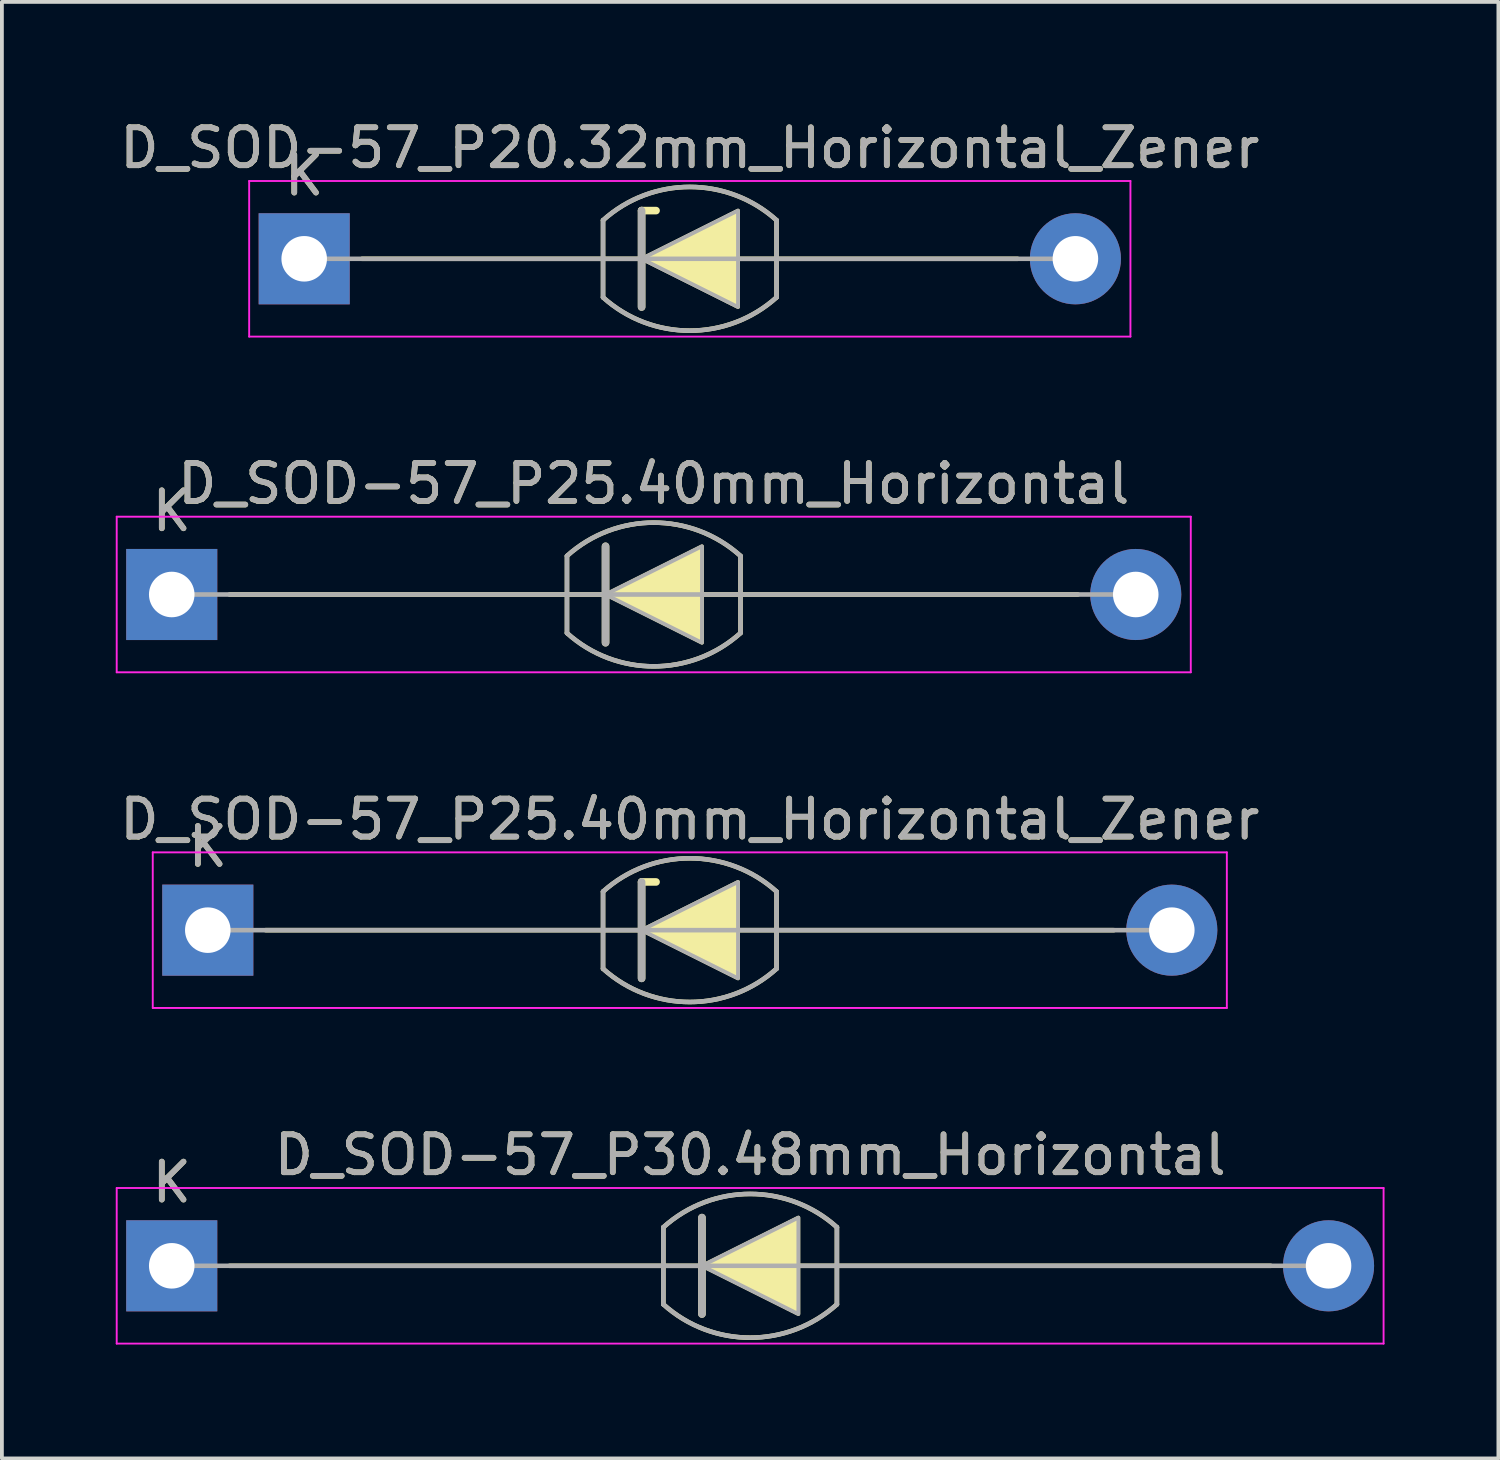
<source format=kicad_pcb>
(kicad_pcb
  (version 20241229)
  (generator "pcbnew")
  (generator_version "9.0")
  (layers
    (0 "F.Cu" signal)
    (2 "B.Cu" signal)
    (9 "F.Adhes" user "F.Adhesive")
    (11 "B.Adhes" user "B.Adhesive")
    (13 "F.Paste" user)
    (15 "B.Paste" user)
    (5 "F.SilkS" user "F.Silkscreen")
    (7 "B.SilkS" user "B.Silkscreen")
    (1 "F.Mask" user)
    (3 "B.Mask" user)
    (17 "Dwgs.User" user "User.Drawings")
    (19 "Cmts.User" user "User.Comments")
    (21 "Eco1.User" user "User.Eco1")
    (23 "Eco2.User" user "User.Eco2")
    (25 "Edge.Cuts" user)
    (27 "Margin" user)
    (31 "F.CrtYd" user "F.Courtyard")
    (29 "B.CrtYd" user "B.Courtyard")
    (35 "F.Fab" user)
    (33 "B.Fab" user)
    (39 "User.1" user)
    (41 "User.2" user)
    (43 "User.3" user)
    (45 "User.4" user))
  (footprint "D_SOD-57_P30.48mm_Horizontal"
    (layer "F.Cu")
    (at 1.475 30.302)
    (property "Reference" "D_SOD-57_P30.48mm_Horizontal" (at 15.24 -2.92 0) (layer "F.SilkS") (effects (font (size 1 1) (thickness 0.15))))
    (attr through_hole)
    (fp_line (start 1.524 0) (end 28.956 0) (stroke (width 0.12) (type solid)) (layer "F.SilkS"))
    (fp_line (start 12.954 -1.016) (end 12.954 1.016) (stroke (width 0.12) (type solid)) (layer "F.SilkS"))
    (fp_line (start 13.97 1.27) (end 13.97 -1.27) (stroke (width 0.2) (type solid)) (layer "F.SilkS"))
    (fp_line (start 17.526 -1.016) (end 17.526 1.016) (stroke (width 0.12) (type solid)) (layer "F.SilkS"))
    (fp_arc (start 12.954 -1.016) (mid 15.239999 -1.89322) (end 17.525998 -1.016) (stroke (width 0.12) (type solid)) (layer "F.SilkS"))
    (fp_arc (start 17.526 1.016) (mid 15.240001 1.89322) (end 12.954002 1.016) (stroke (width 0.12) (type solid)) (layer "F.SilkS"))
    (fp_poly (pts (xy 16.51 1.27) (xy 13.97 0) (xy 16.51 -1.27)) (stroke (width 0.1) (type solid)) (fill yes) (layer "F.SilkS"))
    (fp_line (start -1.45 -2.05) (end -1.45 2.05) (stroke (width 0.05) (type solid)) (layer "F.CrtYd"))
    (fp_line (start -1.45 2.05) (end 31.93 2.05) (stroke (width 0.05) (type solid)) (layer "F.CrtYd"))
    (fp_line (start 31.93 -2.05) (end -1.45 -2.05) (stroke (width 0.05) (type solid)) (layer "F.CrtYd"))
    (fp_line (start 31.93 2.05) (end 31.93 -2.05) (stroke (width 0.05) (type solid)) (layer "F.CrtYd"))
    (fp_line (start 0 0) (end 30.48 0) (stroke (width 0.12) (type solid)) (layer "F.Fab"))
    (fp_line (start 12.954 -1.016) (end 12.954 1.016) (stroke (width 0.12) (type solid)) (layer "F.Fab"))
    (fp_line (start 13.97 1.27) (end 13.97 -1.27) (stroke (width 0.2) (type solid)) (layer "F.Fab"))
    (fp_line (start 17.526 -1.016) (end 17.526 1.016) (stroke (width 0.12) (type solid)) (layer "F.Fab"))
    (fp_arc (start 12.954 -1.016) (mid 15.24037 -1.894241) (end 17.527132 -1.017021) (stroke (width 0.12) (type solid)) (layer "F.Fab"))
    (fp_arc (start 17.527134 1.014979) (mid 15.240764 1.89322) (end 12.954002 1.016) (stroke (width 0.12) (type solid)) (layer "F.Fab"))
    (fp_poly (pts (xy 16.51 1.27) (xy 13.97 0) (xy 16.51 -1.27)) (stroke (width 0.1) (type solid)) (fill no) (layer "F.Fab"))
    (fp_text user "K" (at 0 -2.2 0) (layer "F.SilkS") (effects (font (size 1 1) (thickness 0.15))))
    (fp_text user "${REFERENCE}" (at 15.24 -2.921 0) (layer "F.Fab") (effects (font (size 1 1) (thickness 0.15))))
    (fp_text user "K" (at 0 -2.2 0) (layer "F.Fab") (effects (font (size 1 1) (thickness 0.15))))
    (pad "1" thru_hole rect (at 0 0) (size 2.4 2.4) (drill 1.2) (layers "*.Cu" "*.Mask"))
    (pad "2" thru_hole oval (at 30.48 0) (size 2.4 2.4) (drill 1.2) (layers "*.Cu" "*.Mask")))
  (footprint "D_SOD-57_P20.32mm_Horizontal_Zener"
    (layer "F.Cu")
    (at 4.965 3.769)
    (property "Reference" "D_SOD-57_P20.32mm_Horizontal_Zener" (at 10.16 -2.92 0) (layer "F.SilkS") (effects (font (size 1 1) (thickness 0.15))))
    (attr through_hole)
    (fp_line (start 1.524 0) (end 18.796 0) (stroke (width 0.12) (type solid)) (layer "F.SilkS"))
    (fp_line (start 7.874 -1.016) (end 7.874 1.016) (stroke (width 0.12) (type solid)) (layer "F.SilkS"))
    (fp_line (start 8.89 -1.27) (end 9.271 -1.27) (stroke (width 0.2) (type solid)) (layer "F.SilkS"))
    (fp_line (start 8.89 1.27) (end 8.89 -1.27) (stroke (width 0.2) (type solid)) (layer "F.SilkS"))
    (fp_line (start 12.446 -1.016) (end 12.446 1.016) (stroke (width 0.12) (type solid)) (layer "F.SilkS"))
    (fp_arc (start 7.874 -1.016) (mid 10.159999 -1.89322) (end 12.445998 -1.016) (stroke (width 0.12) (type solid)) (layer "F.SilkS"))
    (fp_arc (start 12.446 1.016) (mid 10.160001 1.89322) (end 7.874002 1.016) (stroke (width 0.12) (type solid)) (layer "F.SilkS"))
    (fp_poly (pts (xy 11.43 1.27) (xy 8.89 0) (xy 11.43 -1.27)) (stroke (width 0.1) (type solid)) (fill yes) (layer "F.SilkS"))
    (fp_line (start -1.45 -2.05) (end -1.45 2.05) (stroke (width 0.05) (type solid)) (layer "F.CrtYd"))
    (fp_line (start -1.45 2.05) (end 21.77 2.05) (stroke (width 0.05) (type solid)) (layer "F.CrtYd"))
    (fp_line (start 21.77 -2.05) (end -1.45 -2.05) (stroke (width 0.05) (type solid)) (layer "F.CrtYd"))
    (fp_line (start 21.77 2.05) (end 21.77 -2.05) (stroke (width 0.05) (type solid)) (layer "F.CrtYd"))
    (fp_line (start 0 0) (end 20.32 0) (stroke (width 0.12) (type solid)) (layer "F.Fab"))
    (fp_line (start 7.874 -1.016) (end 7.874 1.016) (stroke (width 0.12) (type solid)) (layer "F.Fab"))
    (fp_line (start 8.89 1.27) (end 8.89 -1.27) (stroke (width 0.2) (type solid)) (layer "F.Fab"))
    (fp_line (start 12.446 -1.016) (end 12.446 1.016) (stroke (width 0.12) (type solid)) (layer "F.Fab"))
    (fp_arc (start 7.874 -1.016) (mid 10.16037 -1.894241) (end 12.447132 -1.017021) (stroke (width 0.12) (type solid)) (layer "F.Fab"))
    (fp_arc (start 12.447134 1.014979) (mid 10.160764 1.89322) (end 7.874002 1.016) (stroke (width 0.12) (type solid)) (layer "F.Fab"))
    (fp_poly (pts (xy 11.43 1.27) (xy 8.89 0) (xy 11.43 -1.27)) (stroke (width 0.1) (type solid)) (fill no) (layer "F.Fab"))
    (fp_text user "K" (at 0 -2.2 0) (layer "F.SilkS") (effects (font (size 1 1) (thickness 0.15))))
    (fp_text user "K" (at 0 -2.2 0) (layer "F.Fab") (effects (font (size 1 1) (thickness 0.15))))
    (fp_text user "${REFERENCE}" (at 10.16 -2.921 0) (layer "F.Fab") (effects (font (size 1 1) (thickness 0.15))))
    (pad "1" thru_hole rect (at 0 0) (size 2.4 2.4) (drill 1.2) (layers "*.Cu" "*.Mask"))
    (pad "2" thru_hole oval (at 20.32 0) (size 2.4 2.4) (drill 1.2) (layers "*.Cu" "*.Mask")))
  (footprint "D_SOD-57_P25.40mm_Horizontal_Zener"
    (layer "F.Cu")
    (at 2.425 21.458)
    (property "Reference" "D_SOD-57_P25.40mm_Horizontal_Zener" (at 12.7 -2.92 0) (layer "F.SilkS") (effects (font (size 1 1) (thickness 0.15))))
    (attr through_hole)
    (fp_line (start 1.524 0) (end 23.876 0) (stroke (width 0.12) (type solid)) (layer "F.SilkS"))
    (fp_line (start 10.414 -1.016) (end 10.414 1.016) (stroke (width 0.12) (type solid)) (layer "F.SilkS"))
    (fp_line (start 11.43 -1.27) (end 11.811 -1.27) (stroke (width 0.2) (type solid)) (layer "F.SilkS"))
    (fp_line (start 11.43 1.27) (end 11.43 -1.27) (stroke (width 0.2) (type solid)) (layer "F.SilkS"))
    (fp_line (start 14.986 -1.016) (end 14.986 1.016) (stroke (width 0.12) (type solid)) (layer "F.SilkS"))
    (fp_arc (start 10.414 -1.016) (mid 12.699999 -1.89322) (end 14.985998 -1.016) (stroke (width 0.12) (type solid)) (layer "F.SilkS"))
    (fp_arc (start 14.986 1.016) (mid 12.700001 1.89322) (end 10.414002 1.016) (stroke (width 0.12) (type solid)) (layer "F.SilkS"))
    (fp_poly (pts (xy 13.97 1.27) (xy 11.43 0) (xy 13.97 -1.27)) (stroke (width 0.1) (type solid)) (fill yes) (layer "F.SilkS"))
    (fp_line (start -1.45 -2.05) (end -1.45 2.05) (stroke (width 0.05) (type solid)) (layer "F.CrtYd"))
    (fp_line (start -1.45 2.05) (end 26.85 2.05) (stroke (width 0.05) (type solid)) (layer "F.CrtYd"))
    (fp_line (start 26.85 -2.05) (end -1.45 -2.05) (stroke (width 0.05) (type solid)) (layer "F.CrtYd"))
    (fp_line (start 26.85 2.05) (end 26.85 -2.05) (stroke (width 0.05) (type solid)) (layer "F.CrtYd"))
    (fp_line (start 0 0) (end 25.4 0) (stroke (width 0.12) (type solid)) (layer "F.Fab"))
    (fp_line (start 10.414 -1.016) (end 10.414 1.016) (stroke (width 0.12) (type solid)) (layer "F.Fab"))
    (fp_line (start 11.43 1.27) (end 11.43 -1.27) (stroke (width 0.2) (type solid)) (layer "F.Fab"))
    (fp_line (start 14.986 -1.016) (end 14.986 1.016) (stroke (width 0.12) (type solid)) (layer "F.Fab"))
    (fp_arc (start 10.414 -1.016) (mid 12.70037 -1.894241) (end 14.987132 -1.017021) (stroke (width 0.12) (type solid)) (layer "F.Fab"))
    (fp_arc (start 14.987134 1.014979) (mid 12.700764 1.89322) (end 10.414002 1.016) (stroke (width 0.12) (type solid)) (layer "F.Fab"))
    (fp_poly (pts (xy 13.97 1.27) (xy 11.43 0) (xy 13.97 -1.27)) (stroke (width 0.1) (type solid)) (fill no) (layer "F.Fab"))
    (fp_text user "K" (at 0 -2.2 0) (layer "F.SilkS") (effects (font (size 1 1) (thickness 0.15))))
    (fp_text user "K" (at 0 -2.2 0) (layer "F.Fab") (effects (font (size 1 1) (thickness 0.15))))
    (fp_text user "${REFERENCE}" (at 12.7 -2.921 0) (layer "F.Fab") (effects (font (size 1 1) (thickness 0.15))))
    (pad "1" thru_hole rect (at 0 0) (size 2.4 2.4) (drill 1.2) (layers "*.Cu" "*.Mask"))
    (pad "2" thru_hole oval (at 25.4 0) (size 2.4 2.4) (drill 1.2) (layers "*.Cu" "*.Mask")))
  (footprint "D_SOD-57_P25.40mm_Horizontal"
    (layer "F.Cu")
    (at 1.475 12.614)
    (property "Reference" "D_SOD-57_P25.40mm_Horizontal" (at 12.7 -2.92 0) (layer "F.SilkS") (effects (font (size 1 1) (thickness 0.15))))
    (attr through_hole)
    (fp_line (start 1.524 0) (end 23.876 0) (stroke (width 0.12) (type solid)) (layer "F.SilkS"))
    (fp_line (start 10.414 -1.016) (end 10.414 1.016) (stroke (width 0.12) (type solid)) (layer "F.SilkS"))
    (fp_line (start 11.43 1.27) (end 11.43 -1.27) (stroke (width 0.2) (type solid)) (layer "F.SilkS"))
    (fp_line (start 14.986 -1.016) (end 14.986 1.016) (stroke (width 0.12) (type solid)) (layer "F.SilkS"))
    (fp_arc (start 10.414 -1.016) (mid 12.699999 -1.89322) (end 14.985998 -1.016) (stroke (width 0.12) (type solid)) (layer "F.SilkS"))
    (fp_arc (start 14.986 1.016) (mid 12.700001 1.89322) (end 10.414002 1.016) (stroke (width 0.12) (type solid)) (layer "F.SilkS"))
    (fp_poly (pts (xy 13.97 1.27) (xy 11.43 0) (xy 13.97 -1.27)) (stroke (width 0.1) (type solid)) (fill yes) (layer "F.SilkS"))
    (fp_line (start -1.45 -2.05) (end -1.45 2.05) (stroke (width 0.05) (type solid)) (layer "F.CrtYd"))
    (fp_line (start -1.45 2.05) (end 26.85 2.05) (stroke (width 0.05) (type solid)) (layer "F.CrtYd"))
    (fp_line (start 26.85 -2.05) (end -1.45 -2.05) (stroke (width 0.05) (type solid)) (layer "F.CrtYd"))
    (fp_line (start 26.85 2.05) (end 26.85 -2.05) (stroke (width 0.05) (type solid)) (layer "F.CrtYd"))
    (fp_line (start 0 0) (end 25.4 0) (stroke (width 0.12) (type solid)) (layer "F.Fab"))
    (fp_line (start 10.414 -1.016) (end 10.414 1.016) (stroke (width 0.12) (type solid)) (layer "F.Fab"))
    (fp_line (start 11.43 1.27) (end 11.43 -1.27) (stroke (width 0.2) (type solid)) (layer "F.Fab"))
    (fp_line (start 14.986 -1.016) (end 14.986 1.016) (stroke (width 0.12) (type solid)) (layer "F.Fab"))
    (fp_arc (start 10.414 -1.016) (mid 12.70037 -1.894241) (end 14.987132 -1.017021) (stroke (width 0.12) (type solid)) (layer "F.Fab"))
    (fp_arc (start 14.987134 1.014979) (mid 12.700764 1.89322) (end 10.414002 1.016) (stroke (width 0.12) (type solid)) (layer "F.Fab"))
    (fp_poly (pts (xy 13.97 1.27) (xy 11.43 0) (xy 13.97 -1.27)) (stroke (width 0.1) (type solid)) (fill no) (layer "F.Fab"))
    (fp_text user "K" (at 0 -2.2 0) (layer "F.SilkS") (effects (font (size 1 1) (thickness 0.15))))
    (fp_text user "K" (at 0 -2.2 0) (layer "F.Fab") (effects (font (size 1 1) (thickness 0.15))))
    (fp_text user "${REFERENCE}" (at 12.7 -2.921 0) (layer "F.Fab") (effects (font (size 1 1) (thickness 0.15))))
    (pad "1" thru_hole rect (at 0 0) (size 2.4 2.4) (drill 1.2) (layers "*.Cu" "*.Mask"))
    (pad "2" thru_hole oval (at 25.4 0) (size 2.4 2.4) (drill 1.2) (layers "*.Cu" "*.Mask")))
  (gr_rect
    (start -3 -3)
    (end 36.43 35.377)
    (stroke (width 0.1) (type default))
    (fill no)
    (layer "Edge.Cuts")))
</source>
